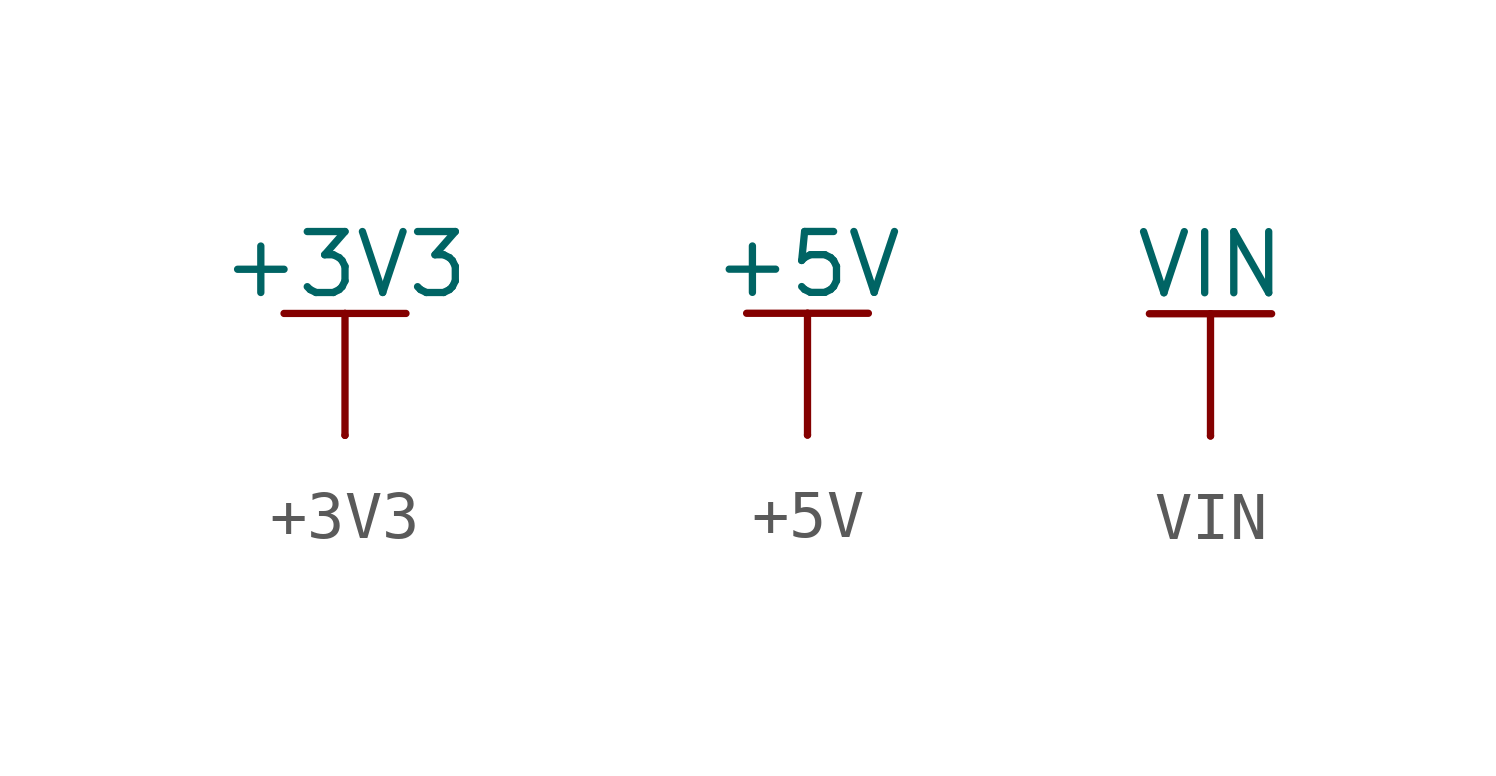
<source format=kicad_sym>
(kicad_symbol_lib
  (version 20231120)
  (generator "kicad_symbol_editor")
  (generator_version "8.0")
  (symbol "+3V3"
    (power)
    (pin_numbers hide)
    (pin_names
      (offset 0) hide)
    (property "Reference" "#PWR"
      (at 0 -3.81 0)
      (effects (font (size 1.27 1.27)) (hide yes)))
    (property "Value" "+3V3"
      (at 0 3.556 0)
      (do_not_autoplace)
      (effects (font (size 1.27 1.27))))
    (symbol "+3V3_0_1"
      (polyline (pts (xy -1.27 2.54) (xy 0 2.54)) (stroke (width 0) (type default)) (fill (type none)))
      (polyline (pts (xy 0 0) (xy 0 2.54)) (stroke (width 0) (type default)) (fill (type none)))
      (polyline (pts (xy 0 2.54) (xy 1.27 2.54)) (stroke (width 0) (type default)) (fill (type none))))
    (symbol "+3V3_1_1"
      (pin power_in line (at 0 0 90) (length 0) (name "~" (effects (font (size 1.27 1.27)))) (number "1" (effects (font (size 1.27 1.27)))))))
  (symbol "+5V"
    (power)
    (pin_numbers hide)
    (pin_names
      (offset 0) hide)
    (property "Reference" "#PWR"
      (at 0 -3.81 0)
      (effects (font (size 1.27 1.27)) (hide yes)))
    (property "Value" "+5V"
      (at 0 3.556 0)
      (do_not_autoplace)
      (effects (font (size 1.27 1.27))))
    (symbol "+5V_0_1"
      (polyline (pts (xy -1.27 2.54) (xy 0 2.54)) (stroke (width 0) (type default)) (fill (type none)))
      (polyline (pts (xy 0 0) (xy 0 2.54)) (stroke (width 0) (type default)) (fill (type none)))
      (polyline (pts (xy 0 2.54) (xy 1.27 2.54)) (stroke (width 0) (type default)) (fill (type none))))
    (symbol "+5V_1_1"
      (pin power_in line (at 0 0 90) (length 0) (name "~" (effects (font (size 1.27 1.27)))) (number "1" (effects (font (size 1.27 1.27)))))))
  (symbol "VIN"
    (power)
    (pin_numbers hide)
    (pin_names
      (offset 0) hide)
    (property "Reference" "#PWR"
      (at 0 -3.81 0)
      (effects (font (size 1.27 1.27)) (hide yes)))
    (property "Value" "VIN"
      (at 0 3.556 0)
      (do_not_autoplace)
      (effects (font (size 1.27 1.27))))
    (symbol "VIN_0_1"
      (polyline (pts (xy -1.27 2.54) (xy 0 2.54)) (stroke (width 0) (type default)) (fill (type none)))
      (polyline (pts (xy 0 0) (xy 0 2.54)) (stroke (width 0) (type default)) (fill (type none)))
      (polyline (pts (xy 0 2.54) (xy 1.27 2.54)) (stroke (width 0) (type default)) (fill (type none))))
    (symbol "VIN_1_1"
      (pin power_in line (at 0 0 90) (length 0) (name "~" (effects (font (size 1.27 1.27)))) (number "1" (effects (font (size 1.27 1.27))))))))
</source>
